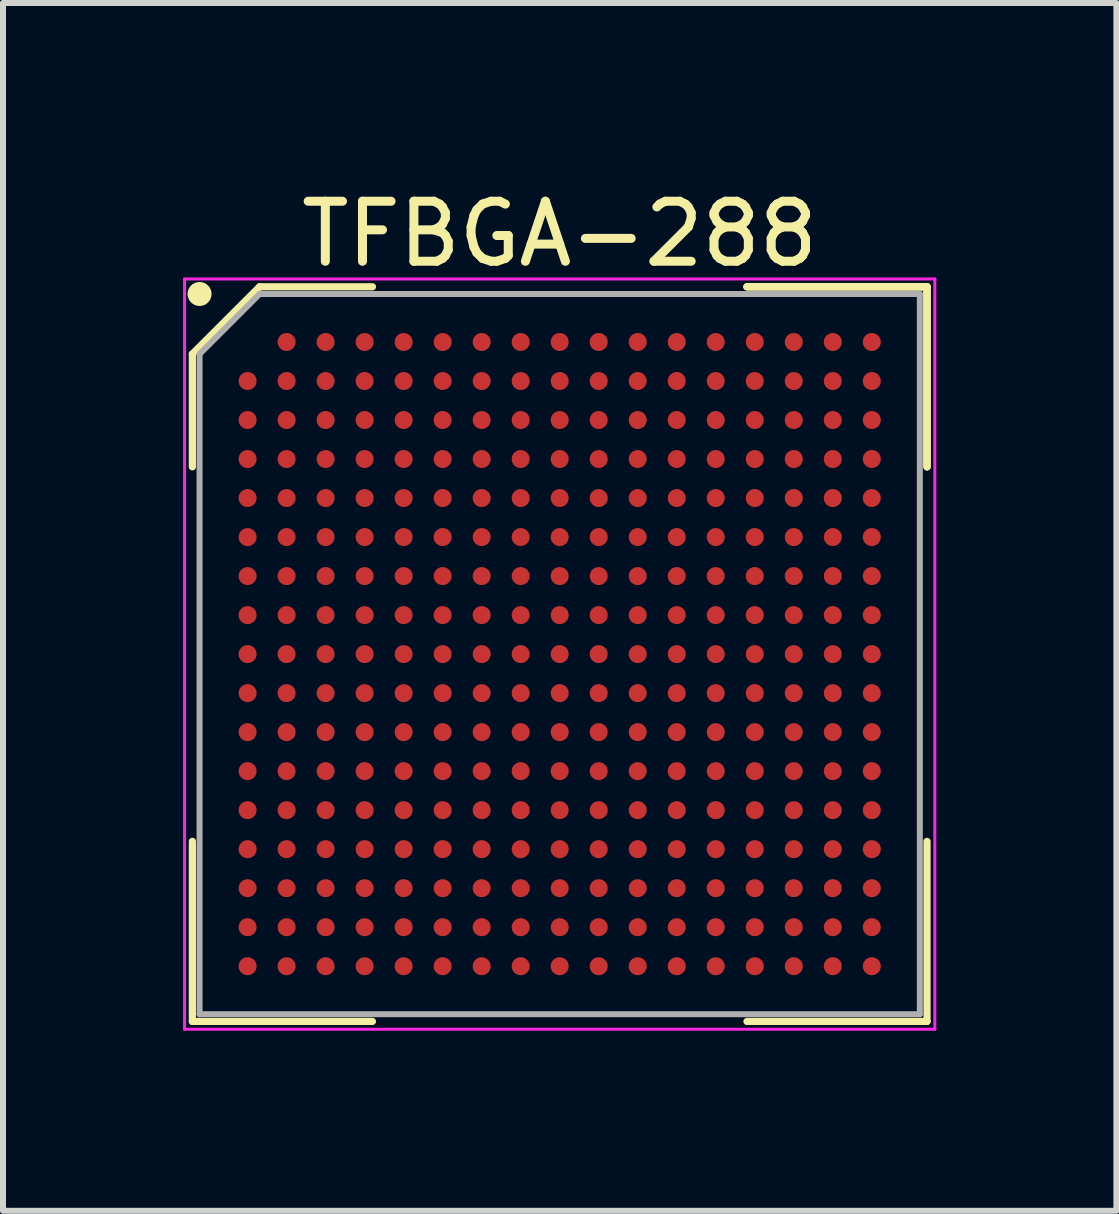
<source format=kicad_pcb>
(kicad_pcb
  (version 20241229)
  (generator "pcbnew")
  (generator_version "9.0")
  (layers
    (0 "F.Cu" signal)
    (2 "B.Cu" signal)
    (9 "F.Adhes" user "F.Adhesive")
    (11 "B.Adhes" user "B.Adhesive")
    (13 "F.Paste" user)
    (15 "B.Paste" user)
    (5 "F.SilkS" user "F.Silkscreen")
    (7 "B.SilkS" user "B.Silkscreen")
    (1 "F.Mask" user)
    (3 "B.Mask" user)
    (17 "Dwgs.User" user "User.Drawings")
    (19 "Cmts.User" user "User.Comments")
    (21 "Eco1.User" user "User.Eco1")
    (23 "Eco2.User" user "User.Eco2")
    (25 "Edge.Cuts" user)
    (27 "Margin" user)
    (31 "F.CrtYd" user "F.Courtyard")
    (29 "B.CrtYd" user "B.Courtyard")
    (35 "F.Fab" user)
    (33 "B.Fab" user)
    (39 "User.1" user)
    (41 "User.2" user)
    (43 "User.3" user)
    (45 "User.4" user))
  (footprint "TFBGA-288"
    (layer "F.Cu")
    (at 6.275 7.848)
    (property "Reference" "TFBGA-288" (at 0 -7 0) (layer "F.SilkS") (effects (font (size 1 1) (thickness 0.15))))
    (attr smd)
    (fp_line (start -6.12 -5) (end -6.12 -3.12) (stroke (width 0.12) (type solid)) (layer "F.SilkS"))
    (fp_line (start -6.12 6.12) (end -6.12 3.12) (stroke (width 0.12) (type solid)) (layer "F.SilkS"))
    (fp_line (start -5 -6.12) (end -6.12 -5) (stroke (width 0.12) (type solid)) (layer "F.SilkS"))
    (fp_line (start -3.12 -6.12) (end -5 -6.12) (stroke (width 0.12) (type solid)) (layer "F.SilkS"))
    (fp_line (start -3.12 6.12) (end -6.12 6.12) (stroke (width 0.12) (type solid)) (layer "F.SilkS"))
    (fp_line (start 3.12 -6.12) (end 6.12 -6.12) (stroke (width 0.12) (type solid)) (layer "F.SilkS"))
    (fp_line (start 3.12 -6.12) (end 6.12 -6.12) (stroke (width 0.12) (type solid)) (layer "F.SilkS"))
    (fp_line (start 3.12 -6.12) (end 6.12 -6.12) (stroke (width 0.12) (type solid)) (layer "F.SilkS"))
    (fp_line (start 3.12 6.12) (end 6.12 6.12) (stroke (width 0.12) (type solid)) (layer "F.SilkS"))
    (fp_line (start 6.12 -6.12) (end 6.12 -3.12) (stroke (width 0.12) (type solid)) (layer "F.SilkS"))
    (fp_line (start 6.12 -6.12) (end 6.12 -3.12) (stroke (width 0.12) (type solid)) (layer "F.SilkS"))
    (fp_line (start 6.12 -6.12) (end 6.12 -3.12) (stroke (width 0.12) (type solid)) (layer "F.SilkS"))
    (fp_line (start 6.12 6.12) (end 6.12 3.12) (stroke (width 0.12) (type solid)) (layer "F.SilkS"))
    (fp_circle (center -6 -6) (end -6 -5.9) (stroke (width 0.2) (type solid)) (fill no) (layer "F.SilkS"))
    (fp_line (start -6.25 -6.25) (end 6.25 -6.25) (stroke (width 0.05) (type solid)) (layer "F.CrtYd"))
    (fp_line (start -6.25 6.25) (end -6.25 -6.25) (stroke (width 0.05) (type solid)) (layer "F.CrtYd"))
    (fp_line (start 6.25 -6.25) (end 6.25 6.25) (stroke (width 0.05) (type solid)) (layer "F.CrtYd"))
    (fp_line (start 6.25 6.25) (end -6.25 6.25) (stroke (width 0.05) (type solid)) (layer "F.CrtYd"))
    (fp_line (start -6 -5) (end -6 6) (stroke (width 0.1) (type solid)) (layer "F.Fab"))
    (fp_line (start -6 6) (end 6 6) (stroke (width 0.1) (type solid)) (layer "F.Fab"))
    (fp_line (start -5 -6) (end -6 -5) (stroke (width 0.1) (type solid)) (layer "F.Fab"))
    (fp_line (start 6 -6) (end -5 -6) (stroke (width 0.1) (type solid)) (layer "F.Fab"))
    (fp_line (start 6 6) (end 6 -6) (stroke (width 0.1) (type solid)) (layer "F.Fab"))
    (pad "A2" smd circle (at -4.55 -5.2) (size 0.3 0.3) (layers "F.Cu" "F.Mask" "F.Paste"))
    (pad "A3" smd circle (at -3.9 -5.2) (size 0.3 0.3) (layers "F.Cu" "F.Mask" "F.Paste"))
    (pad "A4" smd circle (at -3.25 -5.2) (size 0.3 0.3) (layers "F.Cu" "F.Mask" "F.Paste"))
    (pad "A5" smd circle (at -2.6 -5.2) (size 0.3 0.3) (layers "F.Cu" "F.Mask" "F.Paste"))
    (pad "A6" smd circle (at -1.95 -5.2) (size 0.3 0.3) (layers "F.Cu" "F.Mask" "F.Paste"))
    (pad "A7" smd circle (at -1.3 -5.2) (size 0.3 0.3) (layers "F.Cu" "F.Mask" "F.Paste"))
    (pad "A8" smd circle (at -0.65 -5.2) (size 0.3 0.3) (layers "F.Cu" "F.Mask" "F.Paste"))
    (pad "A9" smd circle (at 0 -5.2) (size 0.3 0.3) (layers "F.Cu" "F.Mask" "F.Paste"))
    (pad "A10" smd circle (at 0.65 -5.2) (size 0.3 0.3) (layers "F.Cu" "F.Mask" "F.Paste"))
    (pad "A11" smd circle (at 1.3 -5.2) (size 0.3 0.3) (layers "F.Cu" "F.Mask" "F.Paste"))
    (pad "A12" smd circle (at 1.95 -5.2) (size 0.3 0.3) (layers "F.Cu" "F.Mask" "F.Paste"))
    (pad "A13" smd circle (at 2.6 -5.2) (size 0.3 0.3) (layers "F.Cu" "F.Mask" "F.Paste"))
    (pad "A14" smd circle (at 3.25 -5.2) (size 0.3 0.3) (layers "F.Cu" "F.Mask" "F.Paste"))
    (pad "A15" smd circle (at 3.9 -5.2) (size 0.3 0.3) (layers "F.Cu" "F.Mask" "F.Paste"))
    (pad "A16" smd circle (at 4.55 -5.2) (size 0.3 0.3) (layers "F.Cu" "F.Mask" "F.Paste"))
    (pad "A17" smd circle (at 5.2 -5.2) (size 0.3 0.3) (layers "F.Cu" "F.Mask" "F.Paste"))
    (pad "B1" smd circle (at -5.2 -4.55) (size 0.3 0.3) (layers "F.Cu" "F.Mask" "F.Paste"))
    (pad "B2" smd circle (at -4.55 -4.55) (size 0.3 0.3) (layers "F.Cu" "F.Mask" "F.Paste"))
    (pad "B3" smd circle (at -3.9 -4.55) (size 0.3 0.3) (layers "F.Cu" "F.Mask" "F.Paste"))
    (pad "B4" smd circle (at -3.25 -4.55) (size 0.3 0.3) (layers "F.Cu" "F.Mask" "F.Paste"))
    (pad "B5" smd circle (at -2.6 -4.55) (size 0.3 0.3) (layers "F.Cu" "F.Mask" "F.Paste"))
    (pad "B6" smd circle (at -1.95 -4.55) (size 0.3 0.3) (layers "F.Cu" "F.Mask" "F.Paste"))
    (pad "B7" smd circle (at -1.3 -4.55) (size 0.3 0.3) (layers "F.Cu" "F.Mask" "F.Paste"))
    (pad "B8" smd circle (at -0.65 -4.55) (size 0.3 0.3) (layers "F.Cu" "F.Mask" "F.Paste"))
    (pad "B9" smd circle (at 0 -4.55) (size 0.3 0.3) (layers "F.Cu" "F.Mask" "F.Paste"))
    (pad "B10" smd circle (at 0.65 -4.55) (size 0.3 0.3) (layers "F.Cu" "F.Mask" "F.Paste"))
    (pad "B11" smd circle (at 1.3 -4.55) (size 0.3 0.3) (layers "F.Cu" "F.Mask" "F.Paste"))
    (pad "B12" smd circle (at 1.95 -4.55) (size 0.3 0.3) (layers "F.Cu" "F.Mask" "F.Paste"))
    (pad "B13" smd circle (at 2.6 -4.55) (size 0.3 0.3) (layers "F.Cu" "F.Mask" "F.Paste"))
    (pad "B14" smd circle (at 3.25 -4.55) (size 0.3 0.3) (layers "F.Cu" "F.Mask" "F.Paste"))
    (pad "B15" smd circle (at 3.9 -4.55) (size 0.3 0.3) (layers "F.Cu" "F.Mask" "F.Paste"))
    (pad "B16" smd circle (at 4.55 -4.55) (size 0.3 0.3) (layers "F.Cu" "F.Mask" "F.Paste"))
    (pad "B17" smd circle (at 5.2 -4.55) (size 0.3 0.3) (layers "F.Cu" "F.Mask" "F.Paste"))
    (pad "C1" smd circle (at -5.2 -3.9) (size 0.3 0.3) (layers "F.Cu" "F.Mask" "F.Paste"))
    (pad "C2" smd circle (at -4.55 -3.9) (size 0.3 0.3) (layers "F.Cu" "F.Mask" "F.Paste"))
    (pad "C3" smd circle (at -3.9 -3.9) (size 0.3 0.3) (layers "F.Cu" "F.Mask" "F.Paste"))
    (pad "C4" smd circle (at -3.25 -3.9) (size 0.3 0.3) (layers "F.Cu" "F.Mask" "F.Paste"))
    (pad "C5" smd circle (at -2.6 -3.9) (size 0.3 0.3) (layers "F.Cu" "F.Mask" "F.Paste"))
    (pad "C6" smd circle (at -1.95 -3.9) (size 0.3 0.3) (layers "F.Cu" "F.Mask" "F.Paste"))
    (pad "C7" smd circle (at -1.3 -3.9) (size 0.3 0.3) (layers "F.Cu" "F.Mask" "F.Paste"))
    (pad "C8" smd circle (at -0.65 -3.9) (size 0.3 0.3) (layers "F.Cu" "F.Mask" "F.Paste"))
    (pad "C9" smd circle (at 0 -3.9) (size 0.3 0.3) (layers "F.Cu" "F.Mask" "F.Paste"))
    (pad "C10" smd circle (at 0.65 -3.9) (size 0.3 0.3) (layers "F.Cu" "F.Mask" "F.Paste"))
    (pad "C11" smd circle (at 1.3 -3.9) (size 0.3 0.3) (layers "F.Cu" "F.Mask" "F.Paste"))
    (pad "C12" smd circle (at 1.95 -3.9) (size 0.3 0.3) (layers "F.Cu" "F.Mask" "F.Paste"))
    (pad "C13" smd circle (at 2.6 -3.9) (size 0.3 0.3) (layers "F.Cu" "F.Mask" "F.Paste"))
    (pad "C14" smd circle (at 3.25 -3.9) (size 0.3 0.3) (layers "F.Cu" "F.Mask" "F.Paste"))
    (pad "C15" smd circle (at 3.9 -3.9) (size 0.3 0.3) (layers "F.Cu" "F.Mask" "F.Paste"))
    (pad "C16" smd circle (at 4.55 -3.9) (size 0.3 0.3) (layers "F.Cu" "F.Mask" "F.Paste"))
    (pad "C17" smd circle (at 5.2 -3.9) (size 0.3 0.3) (layers "F.Cu" "F.Mask" "F.Paste"))
    (pad "D1" smd circle (at -5.2 -3.25) (size 0.3 0.3) (layers "F.Cu" "F.Mask" "F.Paste"))
    (pad "D2" smd circle (at -4.55 -3.25) (size 0.3 0.3) (layers "F.Cu" "F.Mask" "F.Paste"))
    (pad "D3" smd circle (at -3.9 -3.25) (size 0.3 0.3) (layers "F.Cu" "F.Mask" "F.Paste"))
    (pad "D4" smd circle (at -3.25 -3.25) (size 0.3 0.3) (layers "F.Cu" "F.Mask" "F.Paste"))
    (pad "D5" smd circle (at -2.6 -3.25) (size 0.3 0.3) (layers "F.Cu" "F.Mask" "F.Paste"))
    (pad "D6" smd circle (at -1.95 -3.25) (size 0.3 0.3) (layers "F.Cu" "F.Mask" "F.Paste"))
    (pad "D7" smd circle (at -1.3 -3.25) (size 0.3 0.3) (layers "F.Cu" "F.Mask" "F.Paste"))
    (pad "D8" smd circle (at -0.65 -3.25) (size 0.3 0.3) (layers "F.Cu" "F.Mask" "F.Paste"))
    (pad "D9" smd circle (at 0 -3.25) (size 0.3 0.3) (layers "F.Cu" "F.Mask" "F.Paste"))
    (pad "D10" smd circle (at 0.65 -3.25) (size 0.3 0.3) (layers "F.Cu" "F.Mask" "F.Paste"))
    (pad "D11" smd circle (at 1.3 -3.25) (size 0.3 0.3) (layers "F.Cu" "F.Mask" "F.Paste"))
    (pad "D12" smd circle (at 1.95 -3.25) (size 0.3 0.3) (layers "F.Cu" "F.Mask" "F.Paste"))
    (pad "D13" smd circle (at 2.6 -3.25) (size 0.3 0.3) (layers "F.Cu" "F.Mask" "F.Paste"))
    (pad "D14" smd circle (at 3.25 -3.25) (size 0.3 0.3) (layers "F.Cu" "F.Mask" "F.Paste"))
    (pad "D15" smd circle (at 3.9 -3.25) (size 0.3 0.3) (layers "F.Cu" "F.Mask" "F.Paste"))
    (pad "D16" smd circle (at 4.55 -3.25) (size 0.3 0.3) (layers "F.Cu" "F.Mask" "F.Paste"))
    (pad "D17" smd circle (at 5.2 -3.25) (size 0.3 0.3) (layers "F.Cu" "F.Mask" "F.Paste"))
    (pad "E1" smd circle (at -5.2 -2.6) (size 0.3 0.3) (layers "F.Cu" "F.Mask" "F.Paste"))
    (pad "E2" smd circle (at -4.55 -2.6) (size 0.3 0.3) (layers "F.Cu" "F.Mask" "F.Paste"))
    (pad "E3" smd circle (at -3.9 -2.6) (size 0.3 0.3) (layers "F.Cu" "F.Mask" "F.Paste"))
    (pad "E4" smd circle (at -3.25 -2.6) (size 0.3 0.3) (layers "F.Cu" "F.Mask" "F.Paste"))
    (pad "E5" smd circle (at -2.6 -2.6) (size 0.3 0.3) (layers "F.Cu" "F.Mask" "F.Paste"))
    (pad "E6" smd circle (at -1.95 -2.6) (size 0.3 0.3) (layers "F.Cu" "F.Mask" "F.Paste"))
    (pad "E7" smd circle (at -1.3 -2.6) (size 0.3 0.3) (layers "F.Cu" "F.Mask" "F.Paste"))
    (pad "E8" smd circle (at -0.65 -2.6) (size 0.3 0.3) (layers "F.Cu" "F.Mask" "F.Paste"))
    (pad "E9" smd circle (at 0 -2.6) (size 0.3 0.3) (layers "F.Cu" "F.Mask" "F.Paste"))
    (pad "E10" smd circle (at 0.65 -2.6) (size 0.3 0.3) (layers "F.Cu" "F.Mask" "F.Paste"))
    (pad "E11" smd circle (at 1.3 -2.6) (size 0.3 0.3) (layers "F.Cu" "F.Mask" "F.Paste"))
    (pad "E12" smd circle (at 1.95 -2.6) (size 0.3 0.3) (layers "F.Cu" "F.Mask" "F.Paste"))
    (pad "E13" smd circle (at 2.6 -2.6) (size 0.3 0.3) (layers "F.Cu" "F.Mask" "F.Paste"))
    (pad "E14" smd circle (at 3.25 -2.6) (size 0.3 0.3) (layers "F.Cu" "F.Mask" "F.Paste"))
    (pad "E15" smd circle (at 3.9 -2.6) (size 0.3 0.3) (layers "F.Cu" "F.Mask" "F.Paste"))
    (pad "E16" smd circle (at 4.55 -2.6) (size 0.3 0.3) (layers "F.Cu" "F.Mask" "F.Paste"))
    (pad "E17" smd circle (at 5.2 -2.6) (size 0.3 0.3) (layers "F.Cu" "F.Mask" "F.Paste"))
    (pad "F1" smd circle (at -5.2 -1.95) (size 0.3 0.3) (layers "F.Cu" "F.Mask" "F.Paste"))
    (pad "F2" smd circle (at -4.55 -1.95) (size 0.3 0.3) (layers "F.Cu" "F.Mask" "F.Paste"))
    (pad "F3" smd circle (at -3.9 -1.95) (size 0.3 0.3) (layers "F.Cu" "F.Mask" "F.Paste"))
    (pad "F4" smd circle (at -3.25 -1.95) (size 0.3 0.3) (layers "F.Cu" "F.Mask" "F.Paste"))
    (pad "F5" smd circle (at -2.6 -1.95) (size 0.3 0.3) (layers "F.Cu" "F.Mask" "F.Paste"))
    (pad "F6" smd circle (at -1.95 -1.95) (size 0.3 0.3) (layers "F.Cu" "F.Mask" "F.Paste"))
    (pad "F7" smd circle (at -1.3 -1.95) (size 0.3 0.3) (layers "F.Cu" "F.Mask" "F.Paste"))
    (pad "F8" smd circle (at -0.65 -1.95) (size 0.3 0.3) (layers "F.Cu" "F.Mask" "F.Paste"))
    (pad "F9" smd circle (at 0 -1.95) (size 0.3 0.3) (layers "F.Cu" "F.Mask" "F.Paste"))
    (pad "F10" smd circle (at 0.65 -1.95) (size 0.3 0.3) (layers "F.Cu" "F.Mask" "F.Paste"))
    (pad "F11" smd circle (at 1.3 -1.95) (size 0.3 0.3) (layers "F.Cu" "F.Mask" "F.Paste"))
    (pad "F12" smd circle (at 1.95 -1.95) (size 0.3 0.3) (layers "F.Cu" "F.Mask" "F.Paste"))
    (pad "F13" smd circle (at 2.6 -1.95) (size 0.3 0.3) (layers "F.Cu" "F.Mask" "F.Paste"))
    (pad "F14" smd circle (at 3.25 -1.95) (size 0.3 0.3) (layers "F.Cu" "F.Mask" "F.Paste"))
    (pad "F15" smd circle (at 3.9 -1.95) (size 0.3 0.3) (layers "F.Cu" "F.Mask" "F.Paste"))
    (pad "F16" smd circle (at 4.55 -1.95) (size 0.3 0.3) (layers "F.Cu" "F.Mask" "F.Paste"))
    (pad "F17" smd circle (at 5.2 -1.95) (size 0.3 0.3) (layers "F.Cu" "F.Mask" "F.Paste"))
    (pad "G1" smd circle (at -5.2 -1.3) (size 0.3 0.3) (layers "F.Cu" "F.Mask" "F.Paste"))
    (pad "G2" smd circle (at -4.55 -1.3) (size 0.3 0.3) (layers "F.Cu" "F.Mask" "F.Paste"))
    (pad "G3" smd circle (at -3.9 -1.3) (size 0.3 0.3) (layers "F.Cu" "F.Mask" "F.Paste"))
    (pad "G4" smd circle (at -3.25 -1.3) (size 0.3 0.3) (layers "F.Cu" "F.Mask" "F.Paste"))
    (pad "G5" smd circle (at -2.6 -1.3) (size 0.3 0.3) (layers "F.Cu" "F.Mask" "F.Paste"))
    (pad "G6" smd circle (at -1.95 -1.3) (size 0.3 0.3) (layers "F.Cu" "F.Mask" "F.Paste"))
    (pad "G7" smd circle (at -1.3 -1.3) (size 0.3 0.3) (layers "F.Cu" "F.Mask" "F.Paste"))
    (pad "G8" smd circle (at -0.65 -1.3) (size 0.3 0.3) (layers "F.Cu" "F.Mask" "F.Paste"))
    (pad "G9" smd circle (at 0 -1.3) (size 0.3 0.3) (layers "F.Cu" "F.Mask" "F.Paste"))
    (pad "G10" smd circle (at 0.65 -1.3) (size 0.3 0.3) (layers "F.Cu" "F.Mask" "F.Paste"))
    (pad "G11" smd circle (at 1.3 -1.3) (size 0.3 0.3) (layers "F.Cu" "F.Mask" "F.Paste"))
    (pad "G12" smd circle (at 1.95 -1.3) (size 0.3 0.3) (layers "F.Cu" "F.Mask" "F.Paste"))
    (pad "G13" smd circle (at 2.6 -1.3) (size 0.3 0.3) (layers "F.Cu" "F.Mask" "F.Paste"))
    (pad "G14" smd circle (at 3.25 -1.3) (size 0.3 0.3) (layers "F.Cu" "F.Mask" "F.Paste"))
    (pad "G15" smd circle (at 3.9 -1.3) (size 0.3 0.3) (layers "F.Cu" "F.Mask" "F.Paste"))
    (pad "G16" smd circle (at 4.55 -1.3) (size 0.3 0.3) (layers "F.Cu" "F.Mask" "F.Paste"))
    (pad "G17" smd circle (at 5.2 -1.3) (size 0.3 0.3) (layers "F.Cu" "F.Mask" "F.Paste"))
    (pad "H1" smd circle (at -5.2 -0.65) (size 0.3 0.3) (layers "F.Cu" "F.Mask" "F.Paste"))
    (pad "H2" smd circle (at -4.55 -0.65) (size 0.3 0.3) (layers "F.Cu" "F.Mask" "F.Paste"))
    (pad "H3" smd circle (at -3.9 -0.65) (size 0.3 0.3) (layers "F.Cu" "F.Mask" "F.Paste"))
    (pad "H4" smd circle (at -3.25 -0.65) (size 0.3 0.3) (layers "F.Cu" "F.Mask" "F.Paste"))
    (pad "H5" smd circle (at -2.6 -0.65) (size 0.3 0.3) (layers "F.Cu" "F.Mask" "F.Paste"))
    (pad "H6" smd circle (at -1.95 -0.65) (size 0.3 0.3) (layers "F.Cu" "F.Mask" "F.Paste"))
    (pad "H7" smd circle (at -1.3 -0.65) (size 0.3 0.3) (layers "F.Cu" "F.Mask" "F.Paste"))
    (pad "H8" smd circle (at -0.65 -0.65) (size 0.3 0.3) (layers "F.Cu" "F.Mask" "F.Paste"))
    (pad "H9" smd circle (at 0 -0.65) (size 0.3 0.3) (layers "F.Cu" "F.Mask" "F.Paste"))
    (pad "H10" smd circle (at 0.65 -0.65) (size 0.3 0.3) (layers "F.Cu" "F.Mask" "F.Paste"))
    (pad "H11" smd circle (at 1.3 -0.65) (size 0.3 0.3) (layers "F.Cu" "F.Mask" "F.Paste"))
    (pad "H12" smd circle (at 1.95 -0.65) (size 0.3 0.3) (layers "F.Cu" "F.Mask" "F.Paste"))
    (pad "H13" smd circle (at 2.6 -0.65) (size 0.3 0.3) (layers "F.Cu" "F.Mask" "F.Paste"))
    (pad "H14" smd circle (at 3.25 -0.65) (size 0.3 0.3) (layers "F.Cu" "F.Mask" "F.Paste"))
    (pad "H15" smd circle (at 3.9 -0.65) (size 0.3 0.3) (layers "F.Cu" "F.Mask" "F.Paste"))
    (pad "H16" smd circle (at 4.55 -0.65) (size 0.3 0.3) (layers "F.Cu" "F.Mask" "F.Paste"))
    (pad "H17" smd circle (at 5.2 -0.65) (size 0.3 0.3) (layers "F.Cu" "F.Mask" "F.Paste"))
    (pad "J1" smd circle (at -5.2 0) (size 0.3 0.3) (layers "F.Cu" "F.Mask" "F.Paste"))
    (pad "J2" smd circle (at -4.55 0) (size 0.3 0.3) (layers "F.Cu" "F.Mask" "F.Paste"))
    (pad "J3" smd circle (at -3.9 0) (size 0.3 0.3) (layers "F.Cu" "F.Mask" "F.Paste"))
    (pad "J4" smd circle (at -3.25 0) (size 0.3 0.3) (layers "F.Cu" "F.Mask" "F.Paste"))
    (pad "J5" smd circle (at -2.6 0) (size 0.3 0.3) (layers "F.Cu" "F.Mask" "F.Paste"))
    (pad "J6" smd circle (at -1.95 0) (size 0.3 0.3) (layers "F.Cu" "F.Mask" "F.Paste"))
    (pad "J7" smd circle (at -1.3 0) (size 0.3 0.3) (layers "F.Cu" "F.Mask" "F.Paste"))
    (pad "J8" smd circle (at -0.65 0) (size 0.3 0.3) (layers "F.Cu" "F.Mask" "F.Paste"))
    (pad "J9" smd circle (at 0 0) (size 0.3 0.3) (layers "F.Cu" "F.Mask" "F.Paste"))
    (pad "J10" smd circle (at 0.65 0) (size 0.3 0.3) (layers "F.Cu" "F.Mask" "F.Paste"))
    (pad "J11" smd circle (at 1.3 0) (size 0.3 0.3) (layers "F.Cu" "F.Mask" "F.Paste"))
    (pad "J12" smd circle (at 1.95 0) (size 0.3 0.3) (layers "F.Cu" "F.Mask" "F.Paste"))
    (pad "J13" smd circle (at 2.6 0) (size 0.3 0.3) (layers "F.Cu" "F.Mask" "F.Paste"))
    (pad "J14" smd circle (at 3.25 0) (size 0.3 0.3) (layers "F.Cu" "F.Mask" "F.Paste"))
    (pad "J15" smd circle (at 3.9 0) (size 0.3 0.3) (layers "F.Cu" "F.Mask" "F.Paste"))
    (pad "J16" smd circle (at 4.55 0) (size 0.3 0.3) (layers "F.Cu" "F.Mask" "F.Paste"))
    (pad "J17" smd circle (at 5.2 0) (size 0.3 0.3) (layers "F.Cu" "F.Mask" "F.Paste"))
    (pad "K1" smd circle (at -5.2 0.65) (size 0.3 0.3) (layers "F.Cu" "F.Mask" "F.Paste"))
    (pad "K2" smd circle (at -4.55 0.65) (size 0.3 0.3) (layers "F.Cu" "F.Mask" "F.Paste"))
    (pad "K3" smd circle (at -3.9 0.65) (size 0.3 0.3) (layers "F.Cu" "F.Mask" "F.Paste"))
    (pad "K4" smd circle (at -3.25 0.65) (size 0.3 0.3) (layers "F.Cu" "F.Mask" "F.Paste"))
    (pad "K5" smd circle (at -2.6 0.65) (size 0.3 0.3) (layers "F.Cu" "F.Mask" "F.Paste"))
    (pad "K6" smd circle (at -1.95 0.65) (size 0.3 0.3) (layers "F.Cu" "F.Mask" "F.Paste"))
    (pad "K7" smd circle (at -1.3 0.65) (size 0.3 0.3) (layers "F.Cu" "F.Mask" "F.Paste"))
    (pad "K8" smd circle (at -0.65 0.65) (size 0.3 0.3) (layers "F.Cu" "F.Mask" "F.Paste"))
    (pad "K9" smd circle (at 0 0.65) (size 0.3 0.3) (layers "F.Cu" "F.Mask" "F.Paste"))
    (pad "K10" smd circle (at 0.65 0.65) (size 0.3 0.3) (layers "F.Cu" "F.Mask" "F.Paste"))
    (pad "K11" smd circle (at 1.3 0.65) (size 0.3 0.3) (layers "F.Cu" "F.Mask" "F.Paste"))
    (pad "K12" smd circle (at 1.95 0.65) (size 0.3 0.3) (layers "F.Cu" "F.Mask" "F.Paste"))
    (pad "K13" smd circle (at 2.6 0.65) (size 0.3 0.3) (layers "F.Cu" "F.Mask" "F.Paste"))
    (pad "K14" smd circle (at 3.25 0.65) (size 0.3 0.3) (layers "F.Cu" "F.Mask" "F.Paste"))
    (pad "K15" smd circle (at 3.9 0.65) (size 0.3 0.3) (layers "F.Cu" "F.Mask" "F.Paste"))
    (pad "K16" smd circle (at 4.55 0.65) (size 0.3 0.3) (layers "F.Cu" "F.Mask" "F.Paste"))
    (pad "K17" smd circle (at 5.2 0.65) (size 0.3 0.3) (layers "F.Cu" "F.Mask" "F.Paste"))
    (pad "L1" smd circle (at -5.2 1.3) (size 0.3 0.3) (layers "F.Cu" "F.Mask" "F.Paste"))
    (pad "L2" smd circle (at -4.55 1.3) (size 0.3 0.3) (layers "F.Cu" "F.Mask" "F.Paste"))
    (pad "L3" smd circle (at -3.9 1.3) (size 0.3 0.3) (layers "F.Cu" "F.Mask" "F.Paste"))
    (pad "L4" smd circle (at -3.25 1.3) (size 0.3 0.3) (layers "F.Cu" "F.Mask" "F.Paste"))
    (pad "L5" smd circle (at -2.6 1.3) (size 0.3 0.3) (layers "F.Cu" "F.Mask" "F.Paste"))
    (pad "L6" smd circle (at -1.95 1.3) (size 0.3 0.3) (layers "F.Cu" "F.Mask" "F.Paste"))
    (pad "L7" smd circle (at -1.3 1.3) (size 0.3 0.3) (layers "F.Cu" "F.Mask" "F.Paste"))
    (pad "L8" smd circle (at -0.65 1.3) (size 0.3 0.3) (layers "F.Cu" "F.Mask" "F.Paste"))
    (pad "L9" smd circle (at 0 1.3) (size 0.3 0.3) (layers "F.Cu" "F.Mask" "F.Paste"))
    (pad "L10" smd circle (at 0.65 1.3) (size 0.3 0.3) (layers "F.Cu" "F.Mask" "F.Paste"))
    (pad "L11" smd circle (at 1.3 1.3) (size 0.3 0.3) (layers "F.Cu" "F.Mask" "F.Paste"))
    (pad "L12" smd circle (at 1.95 1.3) (size 0.3 0.3) (layers "F.Cu" "F.Mask" "F.Paste"))
    (pad "L13" smd circle (at 2.6 1.3) (size 0.3 0.3) (layers "F.Cu" "F.Mask" "F.Paste"))
    (pad "L14" smd circle (at 3.25 1.3) (size 0.3 0.3) (layers "F.Cu" "F.Mask" "F.Paste"))
    (pad "L15" smd circle (at 3.9 1.3) (size 0.3 0.3) (layers "F.Cu" "F.Mask" "F.Paste"))
    (pad "L16" smd circle (at 4.55 1.3) (size 0.3 0.3) (layers "F.Cu" "F.Mask" "F.Paste"))
    (pad "L17" smd circle (at 5.2 1.3) (size 0.3 0.3) (layers "F.Cu" "F.Mask" "F.Paste"))
    (pad "M1" smd circle (at -5.2 1.95) (size 0.3 0.3) (layers "F.Cu" "F.Mask" "F.Paste"))
    (pad "M2" smd circle (at -4.55 1.95) (size 0.3 0.3) (layers "F.Cu" "F.Mask" "F.Paste"))
    (pad "M3" smd circle (at -3.9 1.95) (size 0.3 0.3) (layers "F.Cu" "F.Mask" "F.Paste"))
    (pad "M4" smd circle (at -3.25 1.95) (size 0.3 0.3) (layers "F.Cu" "F.Mask" "F.Paste"))
    (pad "M5" smd circle (at -2.6 1.95) (size 0.3 0.3) (layers "F.Cu" "F.Mask" "F.Paste"))
    (pad "M6" smd circle (at -1.95 1.95) (size 0.3 0.3) (layers "F.Cu" "F.Mask" "F.Paste"))
    (pad "M7" smd circle (at -1.3 1.95) (size 0.3 0.3) (layers "F.Cu" "F.Mask" "F.Paste"))
    (pad "M8" smd circle (at -0.65 1.95) (size 0.3 0.3) (layers "F.Cu" "F.Mask" "F.Paste"))
    (pad "M9" smd circle (at 0 1.95) (size 0.3 0.3) (layers "F.Cu" "F.Mask" "F.Paste"))
    (pad "M10" smd circle (at 0.65 1.95) (size 0.3 0.3) (layers "F.Cu" "F.Mask" "F.Paste"))
    (pad "M11" smd circle (at 1.3 1.95) (size 0.3 0.3) (layers "F.Cu" "F.Mask" "F.Paste"))
    (pad "M12" smd circle (at 1.95 1.95) (size 0.3 0.3) (layers "F.Cu" "F.Mask" "F.Paste"))
    (pad "M13" smd circle (at 2.6 1.95) (size 0.3 0.3) (layers "F.Cu" "F.Mask" "F.Paste"))
    (pad "M14" smd circle (at 3.25 1.95) (size 0.3 0.3) (layers "F.Cu" "F.Mask" "F.Paste"))
    (pad "M15" smd circle (at 3.9 1.95) (size 0.3 0.3) (layers "F.Cu" "F.Mask" "F.Paste"))
    (pad "M16" smd circle (at 4.55 1.95) (size 0.3 0.3) (layers "F.Cu" "F.Mask" "F.Paste"))
    (pad "M17" smd circle (at 5.2 1.95) (size 0.3 0.3) (layers "F.Cu" "F.Mask" "F.Paste"))
    (pad "N1" smd circle (at -5.2 2.6) (size 0.3 0.3) (layers "F.Cu" "F.Mask" "F.Paste"))
    (pad "N2" smd circle (at -4.55 2.6) (size 0.3 0.3) (layers "F.Cu" "F.Mask" "F.Paste"))
    (pad "N3" smd circle (at -3.9 2.6) (size 0.3 0.3) (layers "F.Cu" "F.Mask" "F.Paste"))
    (pad "N4" smd circle (at -3.25 2.6) (size 0.3 0.3) (layers "F.Cu" "F.Mask" "F.Paste"))
    (pad "N5" smd circle (at -2.6 2.6) (size 0.3 0.3) (layers "F.Cu" "F.Mask" "F.Paste"))
    (pad "N6" smd circle (at -1.95 2.6) (size 0.3 0.3) (layers "F.Cu" "F.Mask" "F.Paste"))
    (pad "N7" smd circle (at -1.3 2.6) (size 0.3 0.3) (layers "F.Cu" "F.Mask" "F.Paste"))
    (pad "N8" smd circle (at -0.65 2.6) (size 0.3 0.3) (layers "F.Cu" "F.Mask" "F.Paste"))
    (pad "N9" smd circle (at 0 2.6) (size 0.3 0.3) (layers "F.Cu" "F.Mask" "F.Paste"))
    (pad "N10" smd circle (at 0.65 2.6) (size 0.3 0.3) (layers "F.Cu" "F.Mask" "F.Paste"))
    (pad "N11" smd circle (at 1.3 2.6) (size 0.3 0.3) (layers "F.Cu" "F.Mask" "F.Paste"))
    (pad "N12" smd circle (at 1.95 2.6) (size 0.3 0.3) (layers "F.Cu" "F.Mask" "F.Paste"))
    (pad "N13" smd circle (at 2.6 2.6) (size 0.3 0.3) (layers "F.Cu" "F.Mask" "F.Paste"))
    (pad "N14" smd circle (at 3.25 2.6) (size 0.3 0.3) (layers "F.Cu" "F.Mask" "F.Paste"))
    (pad "N15" smd circle (at 3.9 2.6) (size 0.3 0.3) (layers "F.Cu" "F.Mask" "F.Paste"))
    (pad "N16" smd circle (at 4.55 2.6) (size 0.3 0.3) (layers "F.Cu" "F.Mask" "F.Paste"))
    (pad "N17" smd circle (at 5.2 2.6) (size 0.3 0.3) (layers "F.Cu" "F.Mask" "F.Paste"))
    (pad "P1" smd circle (at -5.2 3.25) (size 0.3 0.3) (layers "F.Cu" "F.Mask" "F.Paste"))
    (pad "P2" smd circle (at -4.55 3.25) (size 0.3 0.3) (layers "F.Cu" "F.Mask" "F.Paste"))
    (pad "P3" smd circle (at -3.9 3.25) (size 0.3 0.3) (layers "F.Cu" "F.Mask" "F.Paste"))
    (pad "P4" smd circle (at -3.25 3.25) (size 0.3 0.3) (layers "F.Cu" "F.Mask" "F.Paste"))
    (pad "P5" smd circle (at -2.6 3.25) (size 0.3 0.3) (layers "F.Cu" "F.Mask" "F.Paste"))
    (pad "P6" smd circle (at -1.95 3.25) (size 0.3 0.3) (layers "F.Cu" "F.Mask" "F.Paste"))
    (pad "P7" smd circle (at -1.3 3.25) (size 0.3 0.3) (layers "F.Cu" "F.Mask" "F.Paste"))
    (pad "P8" smd circle (at -0.65 3.25) (size 0.3 0.3) (layers "F.Cu" "F.Mask" "F.Paste"))
    (pad "P9" smd circle (at 0 3.25) (size 0.3 0.3) (layers "F.Cu" "F.Mask" "F.Paste"))
    (pad "P10" smd circle (at 0.65 3.25) (size 0.3 0.3) (layers "F.Cu" "F.Mask" "F.Paste"))
    (pad "P11" smd circle (at 1.3 3.25) (size 0.3 0.3) (layers "F.Cu" "F.Mask" "F.Paste"))
    (pad "P12" smd circle (at 1.95 3.25) (size 0.3 0.3) (layers "F.Cu" "F.Mask" "F.Paste"))
    (pad "P13" smd circle (at 2.6 3.25) (size 0.3 0.3) (layers "F.Cu" "F.Mask" "F.Paste"))
    (pad "P14" smd circle (at 3.25 3.25) (size 0.3 0.3) (layers "F.Cu" "F.Mask" "F.Paste"))
    (pad "P15" smd circle (at 3.9 3.25) (size 0.3 0.3) (layers "F.Cu" "F.Mask" "F.Paste"))
    (pad "P16" smd circle (at 4.55 3.25) (size 0.3 0.3) (layers "F.Cu" "F.Mask" "F.Paste"))
    (pad "P17" smd circle (at 5.2 3.25) (size 0.3 0.3) (layers "F.Cu" "F.Mask" "F.Paste"))
    (pad "R1" smd circle (at -5.2 3.9) (size 0.3 0.3) (layers "F.Cu" "F.Mask" "F.Paste"))
    (pad "R2" smd circle (at -4.55 3.9) (size 0.3 0.3) (layers "F.Cu" "F.Mask" "F.Paste"))
    (pad "R3" smd circle (at -3.9 3.9) (size 0.3 0.3) (layers "F.Cu" "F.Mask" "F.Paste"))
    (pad "R4" smd circle (at -3.25 3.9) (size 0.3 0.3) (layers "F.Cu" "F.Mask" "F.Paste"))
    (pad "R5" smd circle (at -2.6 3.9) (size 0.3 0.3) (layers "F.Cu" "F.Mask" "F.Paste"))
    (pad "R6" smd circle (at -1.95 3.9) (size 0.3 0.3) (layers "F.Cu" "F.Mask" "F.Paste"))
    (pad "R7" smd circle (at -1.3 3.9) (size 0.3 0.3) (layers "F.Cu" "F.Mask" "F.Paste"))
    (pad "R8" smd circle (at -0.65 3.9) (size 0.3 0.3) (layers "F.Cu" "F.Mask" "F.Paste"))
    (pad "R9" smd circle (at 0 3.9) (size 0.3 0.3) (layers "F.Cu" "F.Mask" "F.Paste"))
    (pad "R10" smd circle (at 0.65 3.9) (size 0.3 0.3) (layers "F.Cu" "F.Mask" "F.Paste"))
    (pad "R11" smd circle (at 1.3 3.9) (size 0.3 0.3) (layers "F.Cu" "F.Mask" "F.Paste"))
    (pad "R12" smd circle (at 1.95 3.9) (size 0.3 0.3) (layers "F.Cu" "F.Mask" "F.Paste"))
    (pad "R13" smd circle (at 2.6 3.9) (size 0.3 0.3) (layers "F.Cu" "F.Mask" "F.Paste"))
    (pad "R14" smd circle (at 3.25 3.9) (size 0.3 0.3) (layers "F.Cu" "F.Mask" "F.Paste"))
    (pad "R15" smd circle (at 3.9 3.9) (size 0.3 0.3) (layers "F.Cu" "F.Mask" "F.Paste"))
    (pad "R16" smd circle (at 4.55 3.9) (size 0.3 0.3) (layers "F.Cu" "F.Mask" "F.Paste"))
    (pad "R17" smd circle (at 5.2 3.9) (size 0.3 0.3) (layers "F.Cu" "F.Mask" "F.Paste"))
    (pad "T1" smd circle (at -5.2 4.55) (size 0.3 0.3) (layers "F.Cu" "F.Mask" "F.Paste"))
    (pad "T2" smd circle (at -4.55 4.55) (size 0.3 0.3) (layers "F.Cu" "F.Mask" "F.Paste"))
    (pad "T3" smd circle (at -3.9 4.55) (size 0.3 0.3) (layers "F.Cu" "F.Mask" "F.Paste"))
    (pad "T4" smd circle (at -3.25 4.55) (size 0.3 0.3) (layers "F.Cu" "F.Mask" "F.Paste"))
    (pad "T5" smd circle (at -2.6 4.55) (size 0.3 0.3) (layers "F.Cu" "F.Mask" "F.Paste"))
    (pad "T6" smd circle (at -1.95 4.55) (size 0.3 0.3) (layers "F.Cu" "F.Mask" "F.Paste"))
    (pad "T7" smd circle (at -1.3 4.55) (size 0.3 0.3) (layers "F.Cu" "F.Mask" "F.Paste"))
    (pad "T8" smd circle (at -0.65 4.55) (size 0.3 0.3) (layers "F.Cu" "F.Mask" "F.Paste"))
    (pad "T9" smd circle (at 0 4.55) (size 0.3 0.3) (layers "F.Cu" "F.Mask" "F.Paste"))
    (pad "T10" smd circle (at 0.65 4.55) (size 0.3 0.3) (layers "F.Cu" "F.Mask" "F.Paste"))
    (pad "T11" smd circle (at 1.3 4.55) (size 0.3 0.3) (layers "F.Cu" "F.Mask" "F.Paste"))
    (pad "T12" smd circle (at 1.95 4.55) (size 0.3 0.3) (layers "F.Cu" "F.Mask" "F.Paste"))
    (pad "T13" smd circle (at 2.6 4.55) (size 0.3 0.3) (layers "F.Cu" "F.Mask" "F.Paste"))
    (pad "T14" smd circle (at 3.25 4.55) (size 0.3 0.3) (layers "F.Cu" "F.Mask" "F.Paste"))
    (pad "T15" smd circle (at 3.9 4.55) (size 0.3 0.3) (layers "F.Cu" "F.Mask" "F.Paste"))
    (pad "T16" smd circle (at 4.55 4.55) (size 0.3 0.3) (layers "F.Cu" "F.Mask" "F.Paste"))
    (pad "T17" smd circle (at 5.2 4.55) (size 0.3 0.3) (layers "F.Cu" "F.Mask" "F.Paste"))
    (pad "U1" smd circle (at -5.2 5.2) (size 0.3 0.3) (layers "F.Cu" "F.Mask" "F.Paste"))
    (pad "U2" smd circle (at -4.55 5.2) (size 0.3 0.3) (layers "F.Cu" "F.Mask" "F.Paste"))
    (pad "U3" smd circle (at -3.9 5.2) (size 0.3 0.3) (layers "F.Cu" "F.Mask" "F.Paste"))
    (pad "U4" smd circle (at -3.25 5.2) (size 0.3 0.3) (layers "F.Cu" "F.Mask" "F.Paste"))
    (pad "U5" smd circle (at -2.6 5.2) (size 0.3 0.3) (layers "F.Cu" "F.Mask" "F.Paste"))
    (pad "U6" smd circle (at -1.95 5.2) (size 0.3 0.3) (layers "F.Cu" "F.Mask" "F.Paste"))
    (pad "U7" smd circle (at -1.3 5.2) (size 0.3 0.3) (layers "F.Cu" "F.Mask" "F.Paste"))
    (pad "U8" smd circle (at -0.65 5.2) (size 0.3 0.3) (layers "F.Cu" "F.Mask" "F.Paste"))
    (pad "U9" smd circle (at 0 5.2) (size 0.3 0.3) (layers "F.Cu" "F.Mask" "F.Paste"))
    (pad "U10" smd circle (at 0.65 5.2) (size 0.3 0.3) (layers "F.Cu" "F.Mask" "F.Paste"))
    (pad "U11" smd circle (at 1.3 5.2) (size 0.3 0.3) (layers "F.Cu" "F.Mask" "F.Paste"))
    (pad "U12" smd circle (at 1.95 5.2) (size 0.3 0.3) (layers "F.Cu" "F.Mask" "F.Paste"))
    (pad "U13" smd circle (at 2.6 5.2) (size 0.3 0.3) (layers "F.Cu" "F.Mask" "F.Paste"))
    (pad "U14" smd circle (at 3.25 5.2) (size 0.3 0.3) (layers "F.Cu" "F.Mask" "F.Paste"))
    (pad "U15" smd circle (at 3.9 5.2) (size 0.3 0.3) (layers "F.Cu" "F.Mask" "F.Paste"))
    (pad "U16" smd circle (at 4.55 5.2) (size 0.3 0.3) (layers "F.Cu" "F.Mask" "F.Paste"))
    (pad "U17" smd circle (at 5.2 5.2) (size 0.3 0.3) (layers "F.Cu" "F.Mask" "F.Paste")))
  (gr_rect
    (start -3 -3)
    (end 15.55 17.123)
    (stroke (width 0.1) (type default))
    (fill no)
    (layer "Edge.Cuts")))
</source>
